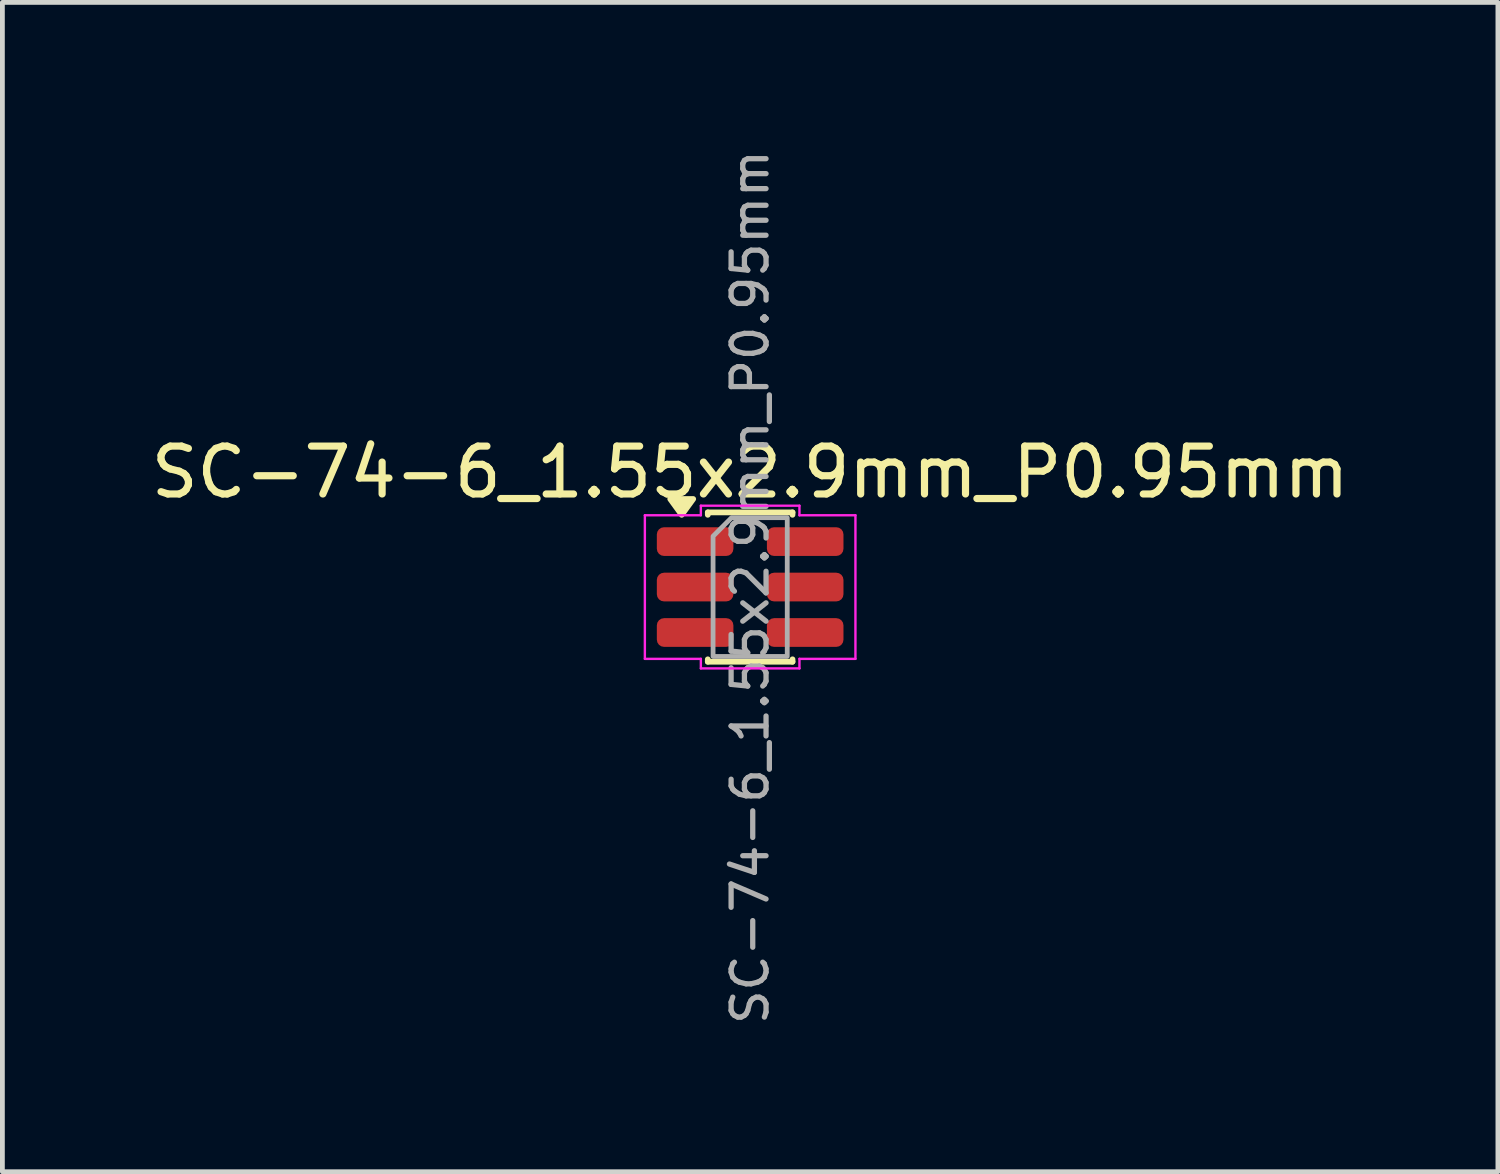
<source format=kicad_pcb>
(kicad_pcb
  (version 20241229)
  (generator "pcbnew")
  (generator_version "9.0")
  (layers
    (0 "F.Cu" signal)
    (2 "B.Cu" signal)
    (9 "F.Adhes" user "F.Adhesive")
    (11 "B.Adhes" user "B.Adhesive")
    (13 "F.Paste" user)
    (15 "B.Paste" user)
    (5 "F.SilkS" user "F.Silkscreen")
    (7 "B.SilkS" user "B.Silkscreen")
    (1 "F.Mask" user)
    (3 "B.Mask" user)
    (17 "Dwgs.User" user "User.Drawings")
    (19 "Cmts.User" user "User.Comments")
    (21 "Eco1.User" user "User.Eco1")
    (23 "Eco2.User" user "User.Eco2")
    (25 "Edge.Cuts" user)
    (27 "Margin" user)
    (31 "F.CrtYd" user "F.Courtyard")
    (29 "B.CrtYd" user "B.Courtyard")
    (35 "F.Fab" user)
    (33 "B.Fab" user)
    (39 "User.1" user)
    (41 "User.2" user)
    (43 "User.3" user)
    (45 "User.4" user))
  (footprint "SC-74-6_1.55x2.9mm_P0.95mm"
    (layer "F.Cu")
    (at 12.625 9.217)
    (property "Reference" "SC-74-6_1.55x2.9mm_P0.95mm" (at 0 -2.4 0) (layer "F.SilkS") (effects (font (size 1 1) (thickness 0.15))))
    (attr smd)
    (fp_line (start -0.885 -1.56) (end 0.885 -1.56) (stroke (width 0.12) (type solid)) (layer "F.SilkS"))
    (fp_line (start -0.885 -1.51) (end -0.885 -1.56) (stroke (width 0.12) (type solid)) (layer "F.SilkS"))
    (fp_line (start -0.885 1.56) (end -0.885 1.51) (stroke (width 0.12) (type solid)) (layer "F.SilkS"))
    (fp_line (start 0.885 -1.56) (end 0.885 -1.51) (stroke (width 0.12) (type solid)) (layer "F.SilkS"))
    (fp_line (start 0.885 1.51) (end 0.885 1.56) (stroke (width 0.12) (type solid)) (layer "F.SilkS"))
    (fp_line (start 0.885 1.56) (end -0.885 1.56) (stroke (width 0.12) (type solid)) (layer "F.SilkS"))
    (fp_poly (pts (xy -1.43 -1.51) (xy -1.67 -1.84) (xy -1.19 -1.84)) (stroke (width 0.12) (type solid)) (fill yes) (layer "F.SilkS"))
    (fp_line (start -2.2 -1.5) (end -1.03 -1.5) (stroke (width 0.05) (type solid)) (layer "F.CrtYd"))
    (fp_line (start -2.2 1.5) (end -2.2 -1.5) (stroke (width 0.05) (type solid)) (layer "F.CrtYd"))
    (fp_line (start -1.03 -1.7) (end 1.03 -1.7) (stroke (width 0.05) (type solid)) (layer "F.CrtYd"))
    (fp_line (start -1.03 -1.5) (end -1.03 -1.7) (stroke (width 0.05) (type solid)) (layer "F.CrtYd"))
    (fp_line (start -1.03 1.5) (end -2.2 1.5) (stroke (width 0.05) (type solid)) (layer "F.CrtYd"))
    (fp_line (start -1.03 1.7) (end -1.03 1.5) (stroke (width 0.05) (type solid)) (layer "F.CrtYd"))
    (fp_line (start 1.03 -1.7) (end 1.03 -1.5) (stroke (width 0.05) (type solid)) (layer "F.CrtYd"))
    (fp_line (start 1.03 -1.5) (end 2.2 -1.5) (stroke (width 0.05) (type solid)) (layer "F.CrtYd"))
    (fp_line (start 1.03 1.5) (end 1.03 1.7) (stroke (width 0.05) (type solid)) (layer "F.CrtYd"))
    (fp_line (start 1.03 1.7) (end -1.03 1.7) (stroke (width 0.05) (type solid)) (layer "F.CrtYd"))
    (fp_line (start 2.2 -1.5) (end 2.2 1.5) (stroke (width 0.05) (type solid)) (layer "F.CrtYd"))
    (fp_line (start 2.2 1.5) (end 1.03 1.5) (stroke (width 0.05) (type solid)) (layer "F.CrtYd"))
    (fp_poly (pts (xy -0.388 -1.45) (xy 0.775 -1.45) (xy 0.775 1.45) (xy -0.775 1.45) (xy -0.775 -1.062)) (stroke (width 0.1) (type solid)) (fill no) (layer "F.Fab"))
    (fp_text user "${REFERENCE}" (at 0 0 90) (layer "F.Fab") (effects (font (size 0.73 0.73) (thickness 0.11))))
    (pad "1" smd roundrect (at -1.15 -0.95) (size 1.6 0.6) (layers "F.Cu" "F.Mask" "F.Paste") (roundrect_rratio 0.25))
    (pad "2" smd roundrect (at -1.15 0) (size 1.6 0.6) (layers "F.Cu" "F.Mask" "F.Paste") (roundrect_rratio 0.25))
    (pad "3" smd roundrect (at -1.15 0.95) (size 1.6 0.6) (layers "F.Cu" "F.Mask" "F.Paste") (roundrect_rratio 0.25))
    (pad "4" smd roundrect (at 1.15 0.95) (size 1.6 0.6) (layers "F.Cu" "F.Mask" "F.Paste") (roundrect_rratio 0.25))
    (pad "5" smd roundrect (at 1.15 0) (size 1.6 0.6) (layers "F.Cu" "F.Mask" "F.Paste") (roundrect_rratio 0.25))
    (pad "6" smd roundrect (at 1.15 -0.95) (size 1.6 0.6) (layers "F.Cu" "F.Mask" "F.Paste") (roundrect_rratio 0.25)))
  (gr_rect
    (start -3 -3)
    (end 28.25 21.434)
    (stroke (width 0.1) (type default))
    (fill no)
    (layer "Edge.Cuts")))
</source>
